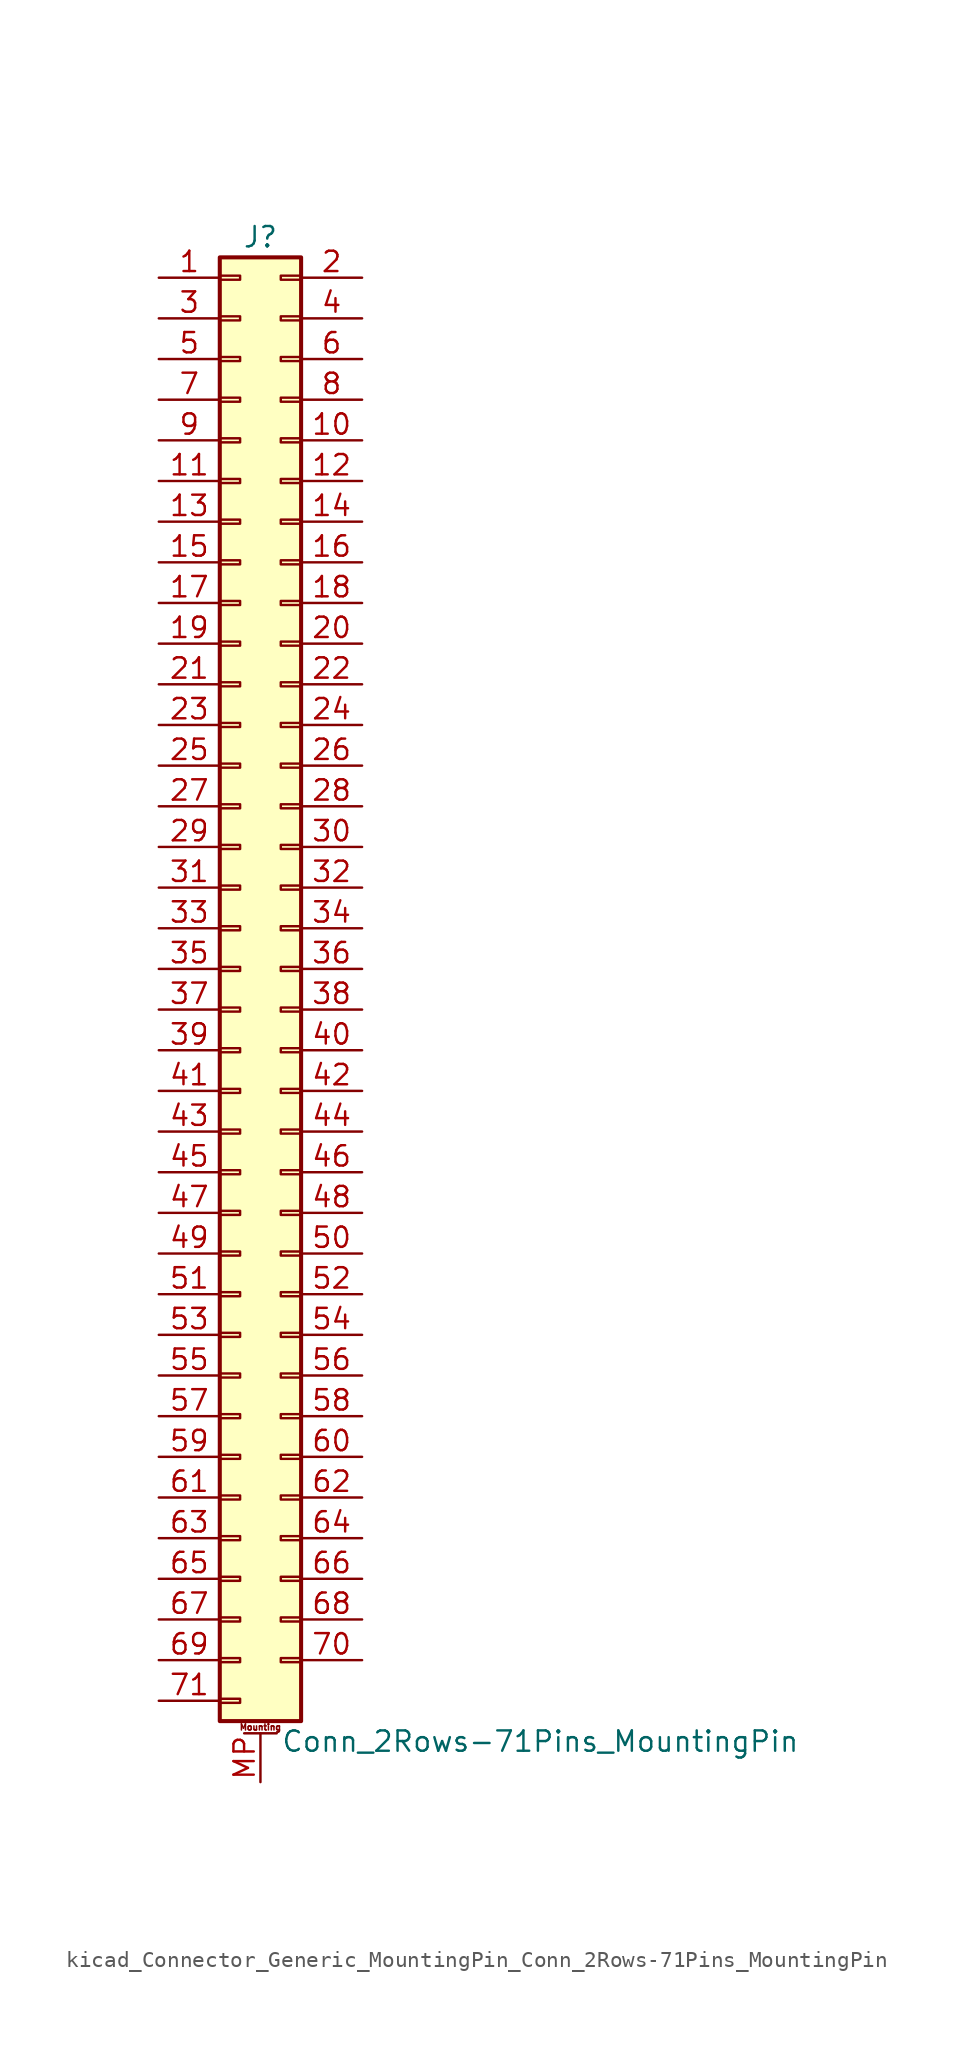
<source format=kicad_sym>
(kicad_symbol_lib
  (version 20220914)
  (generator kicad_symbol_editor)
  (symbol "kicad_Connector_Generic_MountingPin_Conn_2Rows-71Pins_MountingPin"
    (pin_names
      (offset 1.016) hide)
    (property "Reference" "J"
      (at 1.27 45.72 0)
      (effects (font (size 1.27 1.27))))
    (property "Value" "Conn_2Rows-71Pins_MountingPin"
      (at 2.54 -48.26 0)
      (effects (font (size 1.27 1.27)) (justify left)))
    (symbol "kicad_Connector_Generic_MountingPin_Conn_2Rows-71Pins_MountingPin_1_1"
      (rectangle (start -1.27 -45.593) (end 0 -45.847) (stroke (width 0.152) (type default)) (fill (type none)))
      (rectangle (start -1.27 -43.053) (end 0 -43.307) (stroke (width 0.152) (type default)) (fill (type none)))
      (rectangle (start -1.27 -40.513) (end 0 -40.767) (stroke (width 0.152) (type default)) (fill (type none)))
      (rectangle (start -1.27 -37.973) (end 0 -38.227) (stroke (width 0.152) (type default)) (fill (type none)))
      (rectangle (start -1.27 -35.433) (end 0 -35.687) (stroke (width 0.152) (type default)) (fill (type none)))
      (rectangle (start -1.27 -32.893) (end 0 -33.147) (stroke (width 0.152) (type default)) (fill (type none)))
      (rectangle (start -1.27 -30.353) (end 0 -30.607) (stroke (width 0.152) (type default)) (fill (type none)))
      (rectangle (start -1.27 -27.813) (end 0 -28.067) (stroke (width 0.152) (type default)) (fill (type none)))
      (rectangle (start -1.27 -25.273) (end 0 -25.527) (stroke (width 0.152) (type default)) (fill (type none)))
      (rectangle (start -1.27 -22.733) (end 0 -22.987) (stroke (width 0.152) (type default)) (fill (type none)))
      (rectangle (start -1.27 -20.193) (end 0 -20.447) (stroke (width 0.152) (type default)) (fill (type none)))
      (rectangle (start -1.27 -17.653) (end 0 -17.907) (stroke (width 0.152) (type default)) (fill (type none)))
      (rectangle (start -1.27 -15.113) (end 0 -15.367) (stroke (width 0.152) (type default)) (fill (type none)))
      (rectangle (start -1.27 -12.573) (end 0 -12.827) (stroke (width 0.152) (type default)) (fill (type none)))
      (rectangle (start -1.27 -10.033) (end 0 -10.287) (stroke (width 0.152) (type default)) (fill (type none)))
      (rectangle (start -1.27 -7.493) (end 0 -7.747) (stroke (width 0.152) (type default)) (fill (type none)))
      (rectangle (start -1.27 -4.953) (end 0 -5.207) (stroke (width 0.152) (type default)) (fill (type none)))
      (rectangle (start -1.27 -2.413) (end 0 -2.667) (stroke (width 0.152) (type default)) (fill (type none)))
      (rectangle (start -1.27 0.127) (end 0 -0.127) (stroke (width 0.152) (type default)) (fill (type none)))
      (rectangle (start -1.27 2.667) (end 0 2.413) (stroke (width 0.152) (type default)) (fill (type none)))
      (rectangle (start -1.27 5.207) (end 0 4.953) (stroke (width 0.152) (type default)) (fill (type none)))
      (rectangle (start -1.27 7.747) (end 0 7.493) (stroke (width 0.152) (type default)) (fill (type none)))
      (rectangle (start -1.27 10.287) (end 0 10.033) (stroke (width 0.152) (type default)) (fill (type none)))
      (rectangle (start -1.27 12.827) (end 0 12.573) (stroke (width 0.152) (type default)) (fill (type none)))
      (rectangle (start -1.27 15.367) (end 0 15.113) (stroke (width 0.152) (type default)) (fill (type none)))
      (rectangle (start -1.27 17.907) (end 0 17.653) (stroke (width 0.152) (type default)) (fill (type none)))
      (rectangle (start -1.27 20.447) (end 0 20.193) (stroke (width 0.152) (type default)) (fill (type none)))
      (rectangle (start -1.27 22.987) (end 0 22.733) (stroke (width 0.152) (type default)) (fill (type none)))
      (rectangle (start -1.27 25.527) (end 0 25.273) (stroke (width 0.152) (type default)) (fill (type none)))
      (rectangle (start -1.27 28.067) (end 0 27.813) (stroke (width 0.152) (type default)) (fill (type none)))
      (rectangle (start -1.27 30.607) (end 0 30.353) (stroke (width 0.152) (type default)) (fill (type none)))
      (rectangle (start -1.27 33.147) (end 0 32.893) (stroke (width 0.152) (type default)) (fill (type none)))
      (rectangle (start -1.27 35.687) (end 0 35.433) (stroke (width 0.152) (type default)) (fill (type none)))
      (rectangle (start -1.27 38.227) (end 0 37.973) (stroke (width 0.152) (type default)) (fill (type none)))
      (rectangle (start -1.27 40.767) (end 0 40.513) (stroke (width 0.152) (type default)) (fill (type none)))
      (rectangle (start -1.27 43.307) (end 0 43.053) (stroke (width 0.152) (type default)) (fill (type none)))
      (rectangle (start -1.27 44.45) (end 3.81 -46.99) (stroke (width 0.254) (type default)) (fill (type background)))
      (polyline (pts (xy 0.254 -47.752) (xy 2.286 -47.752)) (stroke (width 0.152) (type default)) (fill (type none)))
      (rectangle (start 3.81 -43.053) (end 2.54 -43.307) (stroke (width 0.152) (type default)) (fill (type none)))
      (rectangle (start 3.81 -40.513) (end 2.54 -40.767) (stroke (width 0.152) (type default)) (fill (type none)))
      (rectangle (start 3.81 -37.973) (end 2.54 -38.227) (stroke (width 0.152) (type default)) (fill (type none)))
      (rectangle (start 3.81 -35.433) (end 2.54 -35.687) (stroke (width 0.152) (type default)) (fill (type none)))
      (rectangle (start 3.81 -32.893) (end 2.54 -33.147) (stroke (width 0.152) (type default)) (fill (type none)))
      (rectangle (start 3.81 -30.353) (end 2.54 -30.607) (stroke (width 0.152) (type default)) (fill (type none)))
      (rectangle (start 3.81 -27.813) (end 2.54 -28.067) (stroke (width 0.152) (type default)) (fill (type none)))
      (rectangle (start 3.81 -25.273) (end 2.54 -25.527) (stroke (width 0.152) (type default)) (fill (type none)))
      (rectangle (start 3.81 -22.733) (end 2.54 -22.987) (stroke (width 0.152) (type default)) (fill (type none)))
      (rectangle (start 3.81 -20.193) (end 2.54 -20.447) (stroke (width 0.152) (type default)) (fill (type none)))
      (rectangle (start 3.81 -17.653) (end 2.54 -17.907) (stroke (width 0.152) (type default)) (fill (type none)))
      (rectangle (start 3.81 -15.113) (end 2.54 -15.367) (stroke (width 0.152) (type default)) (fill (type none)))
      (rectangle (start 3.81 -12.573) (end 2.54 -12.827) (stroke (width 0.152) (type default)) (fill (type none)))
      (rectangle (start 3.81 -10.033) (end 2.54 -10.287) (stroke (width 0.152) (type default)) (fill (type none)))
      (rectangle (start 3.81 -7.493) (end 2.54 -7.747) (stroke (width 0.152) (type default)) (fill (type none)))
      (rectangle (start 3.81 -4.953) (end 2.54 -5.207) (stroke (width 0.152) (type default)) (fill (type none)))
      (rectangle (start 3.81 -2.413) (end 2.54 -2.667) (stroke (width 0.152) (type default)) (fill (type none)))
      (rectangle (start 3.81 0.127) (end 2.54 -0.127) (stroke (width 0.152) (type default)) (fill (type none)))
      (rectangle (start 3.81 2.667) (end 2.54 2.413) (stroke (width 0.152) (type default)) (fill (type none)))
      (rectangle (start 3.81 5.207) (end 2.54 4.953) (stroke (width 0.152) (type default)) (fill (type none)))
      (rectangle (start 3.81 7.747) (end 2.54 7.493) (stroke (width 0.152) (type default)) (fill (type none)))
      (rectangle (start 3.81 10.287) (end 2.54 10.033) (stroke (width 0.152) (type default)) (fill (type none)))
      (rectangle (start 3.81 12.827) (end 2.54 12.573) (stroke (width 0.152) (type default)) (fill (type none)))
      (rectangle (start 3.81 15.367) (end 2.54 15.113) (stroke (width 0.152) (type default)) (fill (type none)))
      (rectangle (start 3.81 17.907) (end 2.54 17.653) (stroke (width 0.152) (type default)) (fill (type none)))
      (rectangle (start 3.81 20.447) (end 2.54 20.193) (stroke (width 0.152) (type default)) (fill (type none)))
      (rectangle (start 3.81 22.987) (end 2.54 22.733) (stroke (width 0.152) (type default)) (fill (type none)))
      (rectangle (start 3.81 25.527) (end 2.54 25.273) (stroke (width 0.152) (type default)) (fill (type none)))
      (rectangle (start 3.81 28.067) (end 2.54 27.813) (stroke (width 0.152) (type default)) (fill (type none)))
      (rectangle (start 3.81 30.607) (end 2.54 30.353) (stroke (width 0.152) (type default)) (fill (type none)))
      (rectangle (start 3.81 33.147) (end 2.54 32.893) (stroke (width 0.152) (type default)) (fill (type none)))
      (rectangle (start 3.81 35.687) (end 2.54 35.433) (stroke (width 0.152) (type default)) (fill (type none)))
      (rectangle (start 3.81 38.227) (end 2.54 37.973) (stroke (width 0.152) (type default)) (fill (type none)))
      (rectangle (start 3.81 40.767) (end 2.54 40.513) (stroke (width 0.152) (type default)) (fill (type none)))
      (rectangle (start 3.81 43.307) (end 2.54 43.053) (stroke (width 0.152) (type default)) (fill (type none)))
      (text "Mounting" (at 1.27 -47.371 0) (effects (font (size 0.381 0.381))))
      (pin passive line (at -5.08 43.18 0) (length 3.81) (name "Pin_1" (effects (font (size 1.27 1.27)))) (number "1" (effects (font (size 1.27 1.27)))))
      (pin passive line (at 7.62 33.02 180) (length 3.81) (name "Pin_10" (effects (font (size 1.27 1.27)))) (number "10" (effects (font (size 1.27 1.27)))))
      (pin passive line (at -5.08 30.48 0) (length 3.81) (name "Pin_11" (effects (font (size 1.27 1.27)))) (number "11" (effects (font (size 1.27 1.27)))))
      (pin passive line (at 7.62 30.48 180) (length 3.81) (name "Pin_12" (effects (font (size 1.27 1.27)))) (number "12" (effects (font (size 1.27 1.27)))))
      (pin passive line (at -5.08 27.94 0) (length 3.81) (name "Pin_13" (effects (font (size 1.27 1.27)))) (number "13" (effects (font (size 1.27 1.27)))))
      (pin passive line (at 7.62 27.94 180) (length 3.81) (name "Pin_14" (effects (font (size 1.27 1.27)))) (number "14" (effects (font (size 1.27 1.27)))))
      (pin passive line (at -5.08 25.4 0) (length 3.81) (name "Pin_15" (effects (font (size 1.27 1.27)))) (number "15" (effects (font (size 1.27 1.27)))))
      (pin passive line (at 7.62 25.4 180) (length 3.81) (name "Pin_16" (effects (font (size 1.27 1.27)))) (number "16" (effects (font (size 1.27 1.27)))))
      (pin passive line (at -5.08 22.86 0) (length 3.81) (name "Pin_17" (effects (font (size 1.27 1.27)))) (number "17" (effects (font (size 1.27 1.27)))))
      (pin passive line (at 7.62 22.86 180) (length 3.81) (name "Pin_18" (effects (font (size 1.27 1.27)))) (number "18" (effects (font (size 1.27 1.27)))))
      (pin passive line (at -5.08 20.32 0) (length 3.81) (name "Pin_19" (effects (font (size 1.27 1.27)))) (number "19" (effects (font (size 1.27 1.27)))))
      (pin passive line (at 7.62 43.18 180) (length 3.81) (name "Pin_2" (effects (font (size 1.27 1.27)))) (number "2" (effects (font (size 1.27 1.27)))))
      (pin passive line (at 7.62 20.32 180) (length 3.81) (name "Pin_20" (effects (font (size 1.27 1.27)))) (number "20" (effects (font (size 1.27 1.27)))))
      (pin passive line (at -5.08 17.78 0) (length 3.81) (name "Pin_21" (effects (font (size 1.27 1.27)))) (number "21" (effects (font (size 1.27 1.27)))))
      (pin passive line (at 7.62 17.78 180) (length 3.81) (name "Pin_22" (effects (font (size 1.27 1.27)))) (number "22" (effects (font (size 1.27 1.27)))))
      (pin passive line (at -5.08 15.24 0) (length 3.81) (name "Pin_23" (effects (font (size 1.27 1.27)))) (number "23" (effects (font (size 1.27 1.27)))))
      (pin passive line (at 7.62 15.24 180) (length 3.81) (name "Pin_24" (effects (font (size 1.27 1.27)))) (number "24" (effects (font (size 1.27 1.27)))))
      (pin passive line (at -5.08 12.7 0) (length 3.81) (name "Pin_25" (effects (font (size 1.27 1.27)))) (number "25" (effects (font (size 1.27 1.27)))))
      (pin passive line (at 7.62 12.7 180) (length 3.81) (name "Pin_26" (effects (font (size 1.27 1.27)))) (number "26" (effects (font (size 1.27 1.27)))))
      (pin passive line (at -5.08 10.16 0) (length 3.81) (name "Pin_27" (effects (font (size 1.27 1.27)))) (number "27" (effects (font (size 1.27 1.27)))))
      (pin passive line (at 7.62 10.16 180) (length 3.81) (name "Pin_28" (effects (font (size 1.27 1.27)))) (number "28" (effects (font (size 1.27 1.27)))))
      (pin passive line (at -5.08 7.62 0) (length 3.81) (name "Pin_29" (effects (font (size 1.27 1.27)))) (number "29" (effects (font (size 1.27 1.27)))))
      (pin passive line (at -5.08 40.64 0) (length 3.81) (name "Pin_3" (effects (font (size 1.27 1.27)))) (number "3" (effects (font (size 1.27 1.27)))))
      (pin passive line (at 7.62 7.62 180) (length 3.81) (name "Pin_30" (effects (font (size 1.27 1.27)))) (number "30" (effects (font (size 1.27 1.27)))))
      (pin passive line (at -5.08 5.08 0) (length 3.81) (name "Pin_31" (effects (font (size 1.27 1.27)))) (number "31" (effects (font (size 1.27 1.27)))))
      (pin passive line (at 7.62 5.08 180) (length 3.81) (name "Pin_32" (effects (font (size 1.27 1.27)))) (number "32" (effects (font (size 1.27 1.27)))))
      (pin passive line (at -5.08 2.54 0) (length 3.81) (name "Pin_33" (effects (font (size 1.27 1.27)))) (number "33" (effects (font (size 1.27 1.27)))))
      (pin passive line (at 7.62 2.54 180) (length 3.81) (name "Pin_34" (effects (font (size 1.27 1.27)))) (number "34" (effects (font (size 1.27 1.27)))))
      (pin passive line (at -5.08 0 0) (length 3.81) (name "Pin_35" (effects (font (size 1.27 1.27)))) (number "35" (effects (font (size 1.27 1.27)))))
      (pin passive line (at 7.62 0 180) (length 3.81) (name "Pin_36" (effects (font (size 1.27 1.27)))) (number "36" (effects (font (size 1.27 1.27)))))
      (pin passive line (at -5.08 -2.54 0) (length 3.81) (name "Pin_37" (effects (font (size 1.27 1.27)))) (number "37" (effects (font (size 1.27 1.27)))))
      (pin passive line (at 7.62 -2.54 180) (length 3.81) (name "Pin_38" (effects (font (size 1.27 1.27)))) (number "38" (effects (font (size 1.27 1.27)))))
      (pin passive line (at -5.08 -5.08 0) (length 3.81) (name "Pin_39" (effects (font (size 1.27 1.27)))) (number "39" (effects (font (size 1.27 1.27)))))
      (pin passive line (at 7.62 40.64 180) (length 3.81) (name "Pin_4" (effects (font (size 1.27 1.27)))) (number "4" (effects (font (size 1.27 1.27)))))
      (pin passive line (at 7.62 -5.08 180) (length 3.81) (name "Pin_40" (effects (font (size 1.27 1.27)))) (number "40" (effects (font (size 1.27 1.27)))))
      (pin passive line (at -5.08 -7.62 0) (length 3.81) (name "Pin_41" (effects (font (size 1.27 1.27)))) (number "41" (effects (font (size 1.27 1.27)))))
      (pin passive line (at 7.62 -7.62 180) (length 3.81) (name "Pin_42" (effects (font (size 1.27 1.27)))) (number "42" (effects (font (size 1.27 1.27)))))
      (pin passive line (at -5.08 -10.16 0) (length 3.81) (name "Pin_43" (effects (font (size 1.27 1.27)))) (number "43" (effects (font (size 1.27 1.27)))))
      (pin passive line (at 7.62 -10.16 180) (length 3.81) (name "Pin_44" (effects (font (size 1.27 1.27)))) (number "44" (effects (font (size 1.27 1.27)))))
      (pin passive line (at -5.08 -12.7 0) (length 3.81) (name "Pin_45" (effects (font (size 1.27 1.27)))) (number "45" (effects (font (size 1.27 1.27)))))
      (pin passive line (at 7.62 -12.7 180) (length 3.81) (name "Pin_46" (effects (font (size 1.27 1.27)))) (number "46" (effects (font (size 1.27 1.27)))))
      (pin passive line (at -5.08 -15.24 0) (length 3.81) (name "Pin_47" (effects (font (size 1.27 1.27)))) (number "47" (effects (font (size 1.27 1.27)))))
      (pin passive line (at 7.62 -15.24 180) (length 3.81) (name "Pin_48" (effects (font (size 1.27 1.27)))) (number "48" (effects (font (size 1.27 1.27)))))
      (pin passive line (at -5.08 -17.78 0) (length 3.81) (name "Pin_49" (effects (font (size 1.27 1.27)))) (number "49" (effects (font (size 1.27 1.27)))))
      (pin passive line (at -5.08 38.1 0) (length 3.81) (name "Pin_5" (effects (font (size 1.27 1.27)))) (number "5" (effects (font (size 1.27 1.27)))))
      (pin passive line (at 7.62 -17.78 180) (length 3.81) (name "Pin_50" (effects (font (size 1.27 1.27)))) (number "50" (effects (font (size 1.27 1.27)))))
      (pin passive line (at -5.08 -20.32 0) (length 3.81) (name "Pin_51" (effects (font (size 1.27 1.27)))) (number "51" (effects (font (size 1.27 1.27)))))
      (pin passive line (at 7.62 -20.32 180) (length 3.81) (name "Pin_52" (effects (font (size 1.27 1.27)))) (number "52" (effects (font (size 1.27 1.27)))))
      (pin passive line (at -5.08 -22.86 0) (length 3.81) (name "Pin_53" (effects (font (size 1.27 1.27)))) (number "53" (effects (font (size 1.27 1.27)))))
      (pin passive line (at 7.62 -22.86 180) (length 3.81) (name "Pin_54" (effects (font (size 1.27 1.27)))) (number "54" (effects (font (size 1.27 1.27)))))
      (pin passive line (at -5.08 -25.4 0) (length 3.81) (name "Pin_55" (effects (font (size 1.27 1.27)))) (number "55" (effects (font (size 1.27 1.27)))))
      (pin passive line (at 7.62 -25.4 180) (length 3.81) (name "Pin_56" (effects (font (size 1.27 1.27)))) (number "56" (effects (font (size 1.27 1.27)))))
      (pin passive line (at -5.08 -27.94 0) (length 3.81) (name "Pin_57" (effects (font (size 1.27 1.27)))) (number "57" (effects (font (size 1.27 1.27)))))
      (pin passive line (at 7.62 -27.94 180) (length 3.81) (name "Pin_58" (effects (font (size 1.27 1.27)))) (number "58" (effects (font (size 1.27 1.27)))))
      (pin passive line (at -5.08 -30.48 0) (length 3.81) (name "Pin_59" (effects (font (size 1.27 1.27)))) (number "59" (effects (font (size 1.27 1.27)))))
      (pin passive line (at 7.62 38.1 180) (length 3.81) (name "Pin_6" (effects (font (size 1.27 1.27)))) (number "6" (effects (font (size 1.27 1.27)))))
      (pin passive line (at 7.62 -30.48 180) (length 3.81) (name "Pin_60" (effects (font (size 1.27 1.27)))) (number "60" (effects (font (size 1.27 1.27)))))
      (pin passive line (at -5.08 -33.02 0) (length 3.81) (name "Pin_61" (effects (font (size 1.27 1.27)))) (number "61" (effects (font (size 1.27 1.27)))))
      (pin passive line (at 7.62 -33.02 180) (length 3.81) (name "Pin_62" (effects (font (size 1.27 1.27)))) (number "62" (effects (font (size 1.27 1.27)))))
      (pin passive line (at -5.08 -35.56 0) (length 3.81) (name "Pin_63" (effects (font (size 1.27 1.27)))) (number "63" (effects (font (size 1.27 1.27)))))
      (pin passive line (at 7.62 -35.56 180) (length 3.81) (name "Pin_64" (effects (font (size 1.27 1.27)))) (number "64" (effects (font (size 1.27 1.27)))))
      (pin passive line (at -5.08 -38.1 0) (length 3.81) (name "Pin_65" (effects (font (size 1.27 1.27)))) (number "65" (effects (font (size 1.27 1.27)))))
      (pin passive line (at 7.62 -38.1 180) (length 3.81) (name "Pin_66" (effects (font (size 1.27 1.27)))) (number "66" (effects (font (size 1.27 1.27)))))
      (pin passive line (at -5.08 -40.64 0) (length 3.81) (name "Pin_67" (effects (font (size 1.27 1.27)))) (number "67" (effects (font (size 1.27 1.27)))))
      (pin passive line (at 7.62 -40.64 180) (length 3.81) (name "Pin_68" (effects (font (size 1.27 1.27)))) (number "68" (effects (font (size 1.27 1.27)))))
      (pin passive line (at -5.08 -43.18 0) (length 3.81) (name "Pin_69" (effects (font (size 1.27 1.27)))) (number "69" (effects (font (size 1.27 1.27)))))
      (pin passive line (at -5.08 35.56 0) (length 3.81) (name "Pin_7" (effects (font (size 1.27 1.27)))) (number "7" (effects (font (size 1.27 1.27)))))
      (pin passive line (at 7.62 -43.18 180) (length 3.81) (name "Pin_70" (effects (font (size 1.27 1.27)))) (number "70" (effects (font (size 1.27 1.27)))))
      (pin passive line (at -5.08 -45.72 0) (length 3.81) (name "Pin_71" (effects (font (size 1.27 1.27)))) (number "71" (effects (font (size 1.27 1.27)))))
      (pin passive line (at 7.62 35.56 180) (length 3.81) (name "Pin_8" (effects (font (size 1.27 1.27)))) (number "8" (effects (font (size 1.27 1.27)))))
      (pin passive line (at -5.08 33.02 0) (length 3.81) (name "Pin_9" (effects (font (size 1.27 1.27)))) (number "9" (effects (font (size 1.27 1.27)))))
      (pin passive line (at 1.27 -50.8 90) (length 3.048) (name "MountPin" (effects (font (size 1.27 1.27)))) (number "MP" (effects (font (size 1.27 1.27))))))))
</source>
